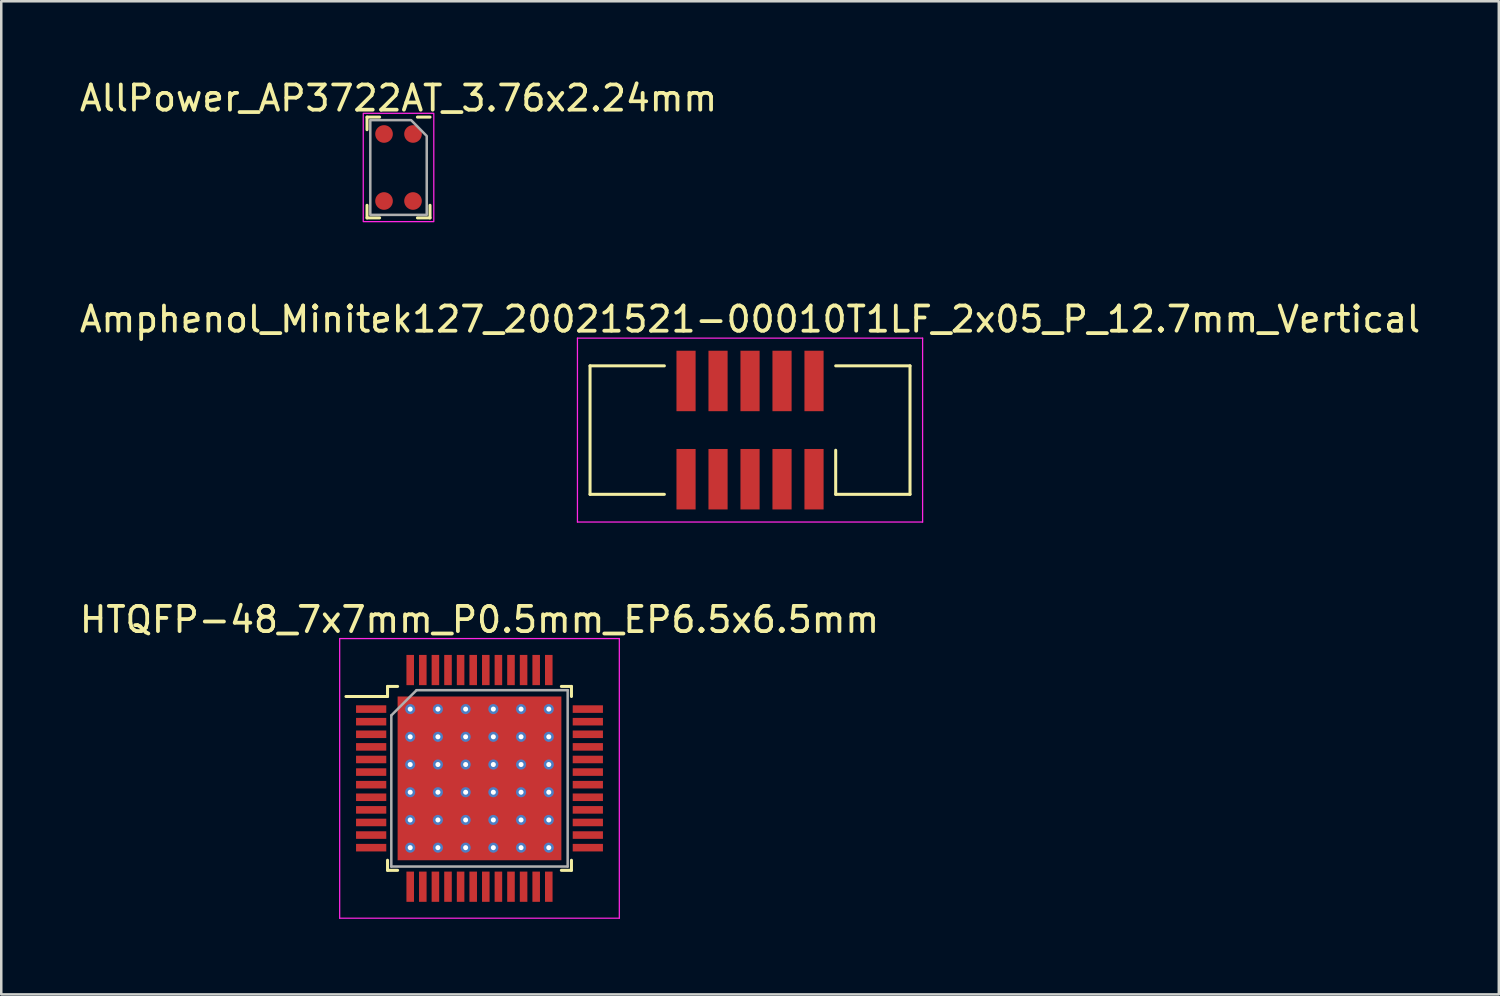
<source format=kicad_pcb>
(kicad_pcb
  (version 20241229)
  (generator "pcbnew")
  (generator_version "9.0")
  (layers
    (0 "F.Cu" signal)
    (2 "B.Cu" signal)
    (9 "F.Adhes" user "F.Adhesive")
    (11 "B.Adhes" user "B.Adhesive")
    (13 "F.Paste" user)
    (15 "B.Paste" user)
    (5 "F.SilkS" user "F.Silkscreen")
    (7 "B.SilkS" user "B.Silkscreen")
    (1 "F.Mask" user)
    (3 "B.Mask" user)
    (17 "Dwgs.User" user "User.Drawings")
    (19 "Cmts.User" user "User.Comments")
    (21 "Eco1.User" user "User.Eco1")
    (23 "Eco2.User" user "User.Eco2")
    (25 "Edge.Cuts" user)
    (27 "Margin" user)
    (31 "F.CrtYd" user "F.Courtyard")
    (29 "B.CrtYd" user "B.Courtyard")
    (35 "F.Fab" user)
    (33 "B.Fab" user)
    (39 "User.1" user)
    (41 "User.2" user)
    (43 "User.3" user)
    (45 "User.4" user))
  (footprint "HTQFP-48_7x7mm_P0.5mm_EP6.5x6.5mm"
    (layer "F.Cu")
    (at 15.982 27.845)
    (property "Reference" "HTQFP-48_7x7mm_P0.5mm_EP6.5x6.5mm" (at 0 -6.3 0) (layer "F.SilkS") (effects (font (size 1 1) (thickness 0.15))))
    (attr smd)
    (fp_line (start -3.65 -3.65) (end -3.65 -3.25) (stroke (width 0.12) (type solid)) (layer "F.SilkS"))
    (fp_line (start -3.65 -3.25) (end -5.3 -3.25) (stroke (width 0.12) (type solid)) (layer "F.SilkS"))
    (fp_line (start -3.65 3.65) (end -3.65 3.25) (stroke (width 0.12) (type solid)) (layer "F.SilkS"))
    (fp_line (start -3.25 -3.65) (end -3.65 -3.65) (stroke (width 0.12) (type solid)) (layer "F.SilkS"))
    (fp_line (start -3.25 3.65) (end -3.65 3.65) (stroke (width 0.12) (type solid)) (layer "F.SilkS"))
    (fp_line (start 3.25 -3.65) (end 3.65 -3.65) (stroke (width 0.12) (type solid)) (layer "F.SilkS"))
    (fp_line (start 3.25 3.65) (end 3.65 3.65) (stroke (width 0.12) (type solid)) (layer "F.SilkS"))
    (fp_line (start 3.65 -3.65) (end 3.65 -3.25) (stroke (width 0.12) (type solid)) (layer "F.SilkS"))
    (fp_line (start 3.65 3.65) (end 3.65 3.25) (stroke (width 0.12) (type solid)) (layer "F.SilkS"))
    (fp_line (start -5.55 -5.55) (end 5.55 -5.55) (stroke (width 0.05) (type solid)) (layer "F.CrtYd"))
    (fp_line (start -5.55 5.55) (end -5.55 -5.55) (stroke (width 0.05) (type solid)) (layer "F.CrtYd"))
    (fp_line (start 5.55 -5.55) (end 5.55 5.55) (stroke (width 0.05) (type solid)) (layer "F.CrtYd"))
    (fp_line (start 5.55 5.55) (end -5.55 5.55) (stroke (width 0.05) (type solid)) (layer "F.CrtYd"))
    (fp_line (start -3.5 -2.5) (end -3.5 3.5) (stroke (width 0.1) (type solid)) (layer "F.Fab"))
    (fp_line (start -3.5 3.5) (end 3.5 3.5) (stroke (width 0.1) (type solid)) (layer "F.Fab"))
    (fp_line (start -2.5 -3.5) (end -3.5 -2.5) (stroke (width 0.1) (type solid)) (layer "F.Fab"))
    (fp_line (start 3.5 -3.5) (end -2.5 -3.5) (stroke (width 0.1) (type solid)) (layer "F.Fab"))
    (fp_line (start 3.5 3.5) (end 3.5 -3.5) (stroke (width 0.1) (type solid)) (layer "F.Fab"))
    (pad "1" smd rect (at -4.3 -2.75 90) (size 0.3 1.2) (layers "F.Cu" "F.Mask" "F.Paste"))
    (pad "2" smd rect (at -4.3 -2.25 90) (size 0.3 1.2) (layers "F.Cu" "F.Mask" "F.Paste"))
    (pad "3" smd rect (at -4.3 -1.75 90) (size 0.3 1.2) (layers "F.Cu" "F.Mask" "F.Paste"))
    (pad "4" smd rect (at -4.3 -1.25 90) (size 0.3 1.2) (layers "F.Cu" "F.Mask" "F.Paste"))
    (pad "5" smd rect (at -4.3 -0.75 90) (size 0.3 1.2) (layers "F.Cu" "F.Mask" "F.Paste"))
    (pad "6" smd rect (at -4.3 -0.25 90) (size 0.3 1.2) (layers "F.Cu" "F.Mask" "F.Paste"))
    (pad "7" smd rect (at -4.3 0.25 90) (size 0.3 1.2) (layers "F.Cu" "F.Mask" "F.Paste"))
    (pad "8" smd rect (at -4.3 0.75 90) (size 0.3 1.2) (layers "F.Cu" "F.Mask" "F.Paste"))
    (pad "9" smd rect (at -4.3 1.25 90) (size 0.3 1.2) (layers "F.Cu" "F.Mask" "F.Paste"))
    (pad "10" smd rect (at -4.3 1.75 90) (size 0.3 1.2) (layers "F.Cu" "F.Mask" "F.Paste"))
    (pad "11" smd rect (at -4.3 2.25 90) (size 0.3 1.2) (layers "F.Cu" "F.Mask" "F.Paste"))
    (pad "12" smd rect (at -4.3 2.75 90) (size 0.3 1.2) (layers "F.Cu" "F.Mask" "F.Paste"))
    (pad "13" smd rect (at -2.75 4.3) (size 0.3 1.2) (layers "F.Cu" "F.Mask" "F.Paste"))
    (pad "14" smd rect (at -2.25 4.3) (size 0.3 1.2) (layers "F.Cu" "F.Mask" "F.Paste"))
    (pad "15" smd rect (at -1.75 4.3) (size 0.3 1.2) (layers "F.Cu" "F.Mask" "F.Paste"))
    (pad "16" smd rect (at -1.25 4.3) (size 0.3 1.2) (layers "F.Cu" "F.Mask" "F.Paste"))
    (pad "17" smd rect (at -0.75 4.3) (size 0.3 1.2) (layers "F.Cu" "F.Mask" "F.Paste"))
    (pad "18" smd rect (at -0.25 4.3) (size 0.3 1.2) (layers "F.Cu" "F.Mask" "F.Paste"))
    (pad "19" smd rect (at 0.25 4.3) (size 0.3 1.2) (layers "F.Cu" "F.Mask" "F.Paste"))
    (pad "20" smd rect (at 0.75 4.3) (size 0.3 1.2) (layers "F.Cu" "F.Mask" "F.Paste"))
    (pad "21" smd rect (at 1.25 4.3) (size 0.3 1.2) (layers "F.Cu" "F.Mask" "F.Paste"))
    (pad "22" smd rect (at 1.75 4.3) (size 0.3 1.2) (layers "F.Cu" "F.Mask" "F.Paste"))
    (pad "23" smd rect (at 2.25 4.3) (size 0.3 1.2) (layers "F.Cu" "F.Mask" "F.Paste"))
    (pad "24" smd rect (at 2.75 4.3) (size 0.3 1.2) (layers "F.Cu" "F.Mask" "F.Paste"))
    (pad "25" smd rect (at 4.3 2.75 90) (size 0.3 1.2) (layers "F.Cu" "F.Mask" "F.Paste"))
    (pad "26" smd rect (at 4.3 2.25 90) (size 0.3 1.2) (layers "F.Cu" "F.Mask" "F.Paste"))
    (pad "27" smd rect (at 4.3 1.75 90) (size 0.3 1.2) (layers "F.Cu" "F.Mask" "F.Paste"))
    (pad "28" smd rect (at 4.3 1.25 90) (size 0.3 1.2) (layers "F.Cu" "F.Mask" "F.Paste"))
    (pad "29" smd rect (at 4.3 0.75 90) (size 0.3 1.2) (layers "F.Cu" "F.Mask" "F.Paste"))
    (pad "30" smd rect (at 4.3 0.25 90) (size 0.3 1.2) (layers "F.Cu" "F.Mask" "F.Paste"))
    (pad "31" smd rect (at 4.3 -0.25 90) (size 0.3 1.2) (layers "F.Cu" "F.Mask" "F.Paste"))
    (pad "32" smd rect (at 4.3 -0.75 90) (size 0.3 1.2) (layers "F.Cu" "F.Mask" "F.Paste"))
    (pad "33" smd rect (at 4.3 -1.25 90) (size 0.3 1.2) (layers "F.Cu" "F.Mask" "F.Paste"))
    (pad "34" smd rect (at 4.3 -1.75 90) (size 0.3 1.2) (layers "F.Cu" "F.Mask" "F.Paste"))
    (pad "35" smd rect (at 4.3 -2.25 90) (size 0.3 1.2) (layers "F.Cu" "F.Mask" "F.Paste"))
    (pad "36" smd rect (at 4.3 -2.75 90) (size 0.3 1.2) (layers "F.Cu" "F.Mask" "F.Paste"))
    (pad "37" smd rect (at 2.75 -4.3) (size 0.3 1.2) (layers "F.Cu" "F.Mask" "F.Paste"))
    (pad "38" smd rect (at 2.25 -4.3) (size 0.3 1.2) (layers "F.Cu" "F.Mask" "F.Paste"))
    (pad "39" smd rect (at 1.75 -4.3) (size 0.3 1.2) (layers "F.Cu" "F.Mask" "F.Paste"))
    (pad "40" smd rect (at 1.25 -4.3) (size 0.3 1.2) (layers "F.Cu" "F.Mask" "F.Paste"))
    (pad "41" smd rect (at 0.75 -4.3) (size 0.3 1.2) (layers "F.Cu" "F.Mask" "F.Paste"))
    (pad "42" smd rect (at 0.25 -4.3) (size 0.3 1.2) (layers "F.Cu" "F.Mask" "F.Paste"))
    (pad "43" smd rect (at -0.25 -4.3) (size 0.3 1.2) (layers "F.Cu" "F.Mask" "F.Paste"))
    (pad "44" smd rect (at -0.75 -4.3) (size 0.3 1.2) (layers "F.Cu" "F.Mask" "F.Paste"))
    (pad "45" smd rect (at -1.25 -4.3) (size 0.3 1.2) (layers "F.Cu" "F.Mask" "F.Paste"))
    (pad "46" smd rect (at -1.75 -4.3) (size 0.3 1.2) (layers "F.Cu" "F.Mask" "F.Paste"))
    (pad "47" smd rect (at -2.25 -4.3) (size 0.3 1.2) (layers "F.Cu" "F.Mask" "F.Paste"))
    (pad "48" smd rect (at -2.75 -4.3) (size 0.3 1.2) (layers "F.Cu" "F.Mask" "F.Paste"))
    (pad "49" thru_hole circle (at -2.75 -2.75) (size 0.4 0.4) (drill 0.2) (layers "*.Cu" "*.Mask"))
    (pad "49" thru_hole circle (at -2.75 -1.65) (size 0.4 0.4) (drill 0.2) (layers "*.Cu" "*.Mask"))
    (pad "49" thru_hole circle (at -2.75 -0.55) (size 0.4 0.4) (drill 0.2) (layers "*.Cu" "*.Mask"))
    (pad "49" thru_hole circle (at -2.75 0.55) (size 0.4 0.4) (drill 0.2) (layers "*.Cu" "*.Mask"))
    (pad "49" thru_hole circle (at -2.75 1.65) (size 0.4 0.4) (drill 0.2) (layers "*.Cu" "*.Mask"))
    (pad "49" thru_hole circle (at -2.75 2.75) (size 0.4 0.4) (drill 0.2) (layers "*.Cu" "*.Mask"))
    (pad "49" thru_hole circle (at -1.65 -2.75) (size 0.4 0.4) (drill 0.2) (layers "*.Cu" "*.Mask"))
    (pad "49" thru_hole circle (at -1.65 -1.65) (size 0.4 0.4) (drill 0.2) (layers "*.Cu" "*.Mask"))
    (pad "49" thru_hole circle (at -1.65 -0.55) (size 0.4 0.4) (drill 0.2) (layers "*.Cu" "*.Mask"))
    (pad "49" thru_hole circle (at -1.65 0.55) (size 0.4 0.4) (drill 0.2) (layers "*.Cu" "*.Mask"))
    (pad "49" thru_hole circle (at -1.65 1.65) (size 0.4 0.4) (drill 0.2) (layers "*.Cu" "*.Mask"))
    (pad "49" thru_hole circle (at -1.65 2.75) (size 0.4 0.4) (drill 0.2) (layers "*.Cu" "*.Mask"))
    (pad "49" thru_hole circle (at -0.55 -2.75) (size 0.4 0.4) (drill 0.2) (layers "*.Cu" "*.Mask"))
    (pad "49" thru_hole circle (at -0.55 -1.65) (size 0.4 0.4) (drill 0.2) (layers "*.Cu" "*.Mask"))
    (pad "49" thru_hole circle (at -0.55 -0.55) (size 0.4 0.4) (drill 0.2) (layers "*.Cu" "*.Mask"))
    (pad "49" thru_hole circle (at -0.55 0.55) (size 0.4 0.4) (drill 0.2) (layers "*.Cu" "*.Mask"))
    (pad "49" thru_hole circle (at -0.55 1.65) (size 0.4 0.4) (drill 0.2) (layers "*.Cu" "*.Mask"))
    (pad "49" thru_hole circle (at -0.55 2.75) (size 0.4 0.4) (drill 0.2) (layers "*.Cu" "*.Mask"))
    (pad "49" smd rect (at 0 0) (size 6.5 6.5) (layers "F.Cu" "F.Mask" "F.Paste"))
    (pad "49" thru_hole circle (at 0.55 -2.75) (size 0.4 0.4) (drill 0.2) (layers "*.Cu" "*.Mask"))
    (pad "49" thru_hole circle (at 0.55 -1.65) (size 0.4 0.4) (drill 0.2) (layers "*.Cu" "*.Mask"))
    (pad "49" thru_hole circle (at 0.55 -0.55) (size 0.4 0.4) (drill 0.2) (layers "*.Cu" "*.Mask"))
    (pad "49" thru_hole circle (at 0.55 0.55) (size 0.4 0.4) (drill 0.2) (layers "*.Cu" "*.Mask"))
    (pad "49" thru_hole circle (at 0.55 1.65) (size 0.4 0.4) (drill 0.2) (layers "*.Cu" "*.Mask"))
    (pad "49" thru_hole circle (at 0.55 2.75) (size 0.4 0.4) (drill 0.2) (layers "*.Cu" "*.Mask"))
    (pad "49" thru_hole circle (at 1.65 -2.75) (size 0.4 0.4) (drill 0.2) (layers "*.Cu" "*.Mask"))
    (pad "49" thru_hole circle (at 1.65 -1.65) (size 0.4 0.4) (drill 0.2) (layers "*.Cu" "*.Mask"))
    (pad "49" thru_hole circle (at 1.65 -0.55) (size 0.4 0.4) (drill 0.2) (layers "*.Cu" "*.Mask"))
    (pad "49" thru_hole circle (at 1.65 0.55) (size 0.4 0.4) (drill 0.2) (layers "*.Cu" "*.Mask"))
    (pad "49" thru_hole circle (at 1.65 1.65) (size 0.4 0.4) (drill 0.2) (layers "*.Cu" "*.Mask"))
    (pad "49" thru_hole circle (at 1.65 2.75) (size 0.4 0.4) (drill 0.2) (layers "*.Cu" "*.Mask"))
    (pad "49" thru_hole circle (at 2.75 -2.75) (size 0.4 0.4) (drill 0.2) (layers "*.Cu" "*.Mask"))
    (pad "49" thru_hole circle (at 2.75 -1.65) (size 0.4 0.4) (drill 0.2) (layers "*.Cu" "*.Mask"))
    (pad "49" thru_hole circle (at 2.75 -0.55) (size 0.4 0.4) (drill 0.2) (layers "*.Cu" "*.Mask"))
    (pad "49" thru_hole circle (at 2.75 0.55) (size 0.4 0.4) (drill 0.2) (layers "*.Cu" "*.Mask"))
    (pad "49" thru_hole circle (at 2.75 1.65) (size 0.4 0.4) (drill 0.2) (layers "*.Cu" "*.Mask"))
    (pad "49" thru_hole circle (at 2.75 2.75) (size 0.4 0.4) (drill 0.2) (layers "*.Cu" "*.Mask")))
  (footprint "Amphenol_Minitek127_20021521-00010T1LF_2x05_P_12.7mm_Vertical"
    (layer "F.Cu")
    (at 26.72 14.021)
    (property "Reference" "Amphenol_Minitek127_20021521-00010T1LF_2x05_P_12.7mm_Vertical" (at 0 -4.4 0) (layer "F.SilkS") (effects (font (size 1 1) (thickness 0.15))))
    (attr smd)
    (fp_line (start -6.35 -2.55) (end -6.35 2.55) (stroke (width 0.12) (type solid)) (layer "F.SilkS"))
    (fp_line (start -6.35 -2.55) (end -3.4 -2.55) (stroke (width 0.12) (type solid)) (layer "F.SilkS"))
    (fp_line (start -6.35 2.55) (end -3.4 2.55) (stroke (width 0.12) (type solid)) (layer "F.SilkS"))
    (fp_line (start 3.4 2.55) (end 3.4 0.8) (stroke (width 0.12) (type solid)) (layer "F.SilkS"))
    (fp_line (start 6.35 -2.55) (end 3.4 -2.55) (stroke (width 0.12) (type solid)) (layer "F.SilkS"))
    (fp_line (start 6.35 -2.55) (end 6.35 2.55) (stroke (width 0.12) (type solid)) (layer "F.SilkS"))
    (fp_line (start 6.35 2.55) (end 3.4 2.55) (stroke (width 0.12) (type solid)) (layer "F.SilkS"))
    (fp_line (start -6.85 -3.65) (end 6.85 -3.65) (stroke (width 0.05) (type solid)) (layer "F.CrtYd"))
    (fp_line (start -6.85 3.65) (end -6.85 -3.65) (stroke (width 0.05) (type solid)) (layer "F.CrtYd"))
    (fp_line (start 6.85 -3.65) (end 6.85 3.65) (stroke (width 0.05) (type solid)) (layer "F.CrtYd"))
    (fp_line (start 6.85 3.65) (end -6.85 3.65) (stroke (width 0.05) (type solid)) (layer "F.CrtYd"))
    (pad "1" smd rect (at 2.54 1.95 180) (size 0.76 2.4) (layers "F.Cu" "F.Mask" "F.Paste"))
    (pad "2" smd rect (at 2.54 -1.95 180) (size 0.76 2.4) (layers "F.Cu" "F.Mask" "F.Paste"))
    (pad "3" smd rect (at 1.27 1.95 180) (size 0.76 2.4) (layers "F.Cu" "F.Mask" "F.Paste"))
    (pad "4" smd rect (at 1.27 -1.95 180) (size 0.76 2.4) (layers "F.Cu" "F.Mask" "F.Paste"))
    (pad "5" smd rect (at 0 1.95 180) (size 0.76 2.4) (layers "F.Cu" "F.Mask" "F.Paste"))
    (pad "6" smd rect (at 0 -1.95 180) (size 0.76 2.4) (layers "F.Cu" "F.Mask" "F.Paste"))
    (pad "7" smd rect (at -1.27 1.95 180) (size 0.76 2.4) (layers "F.Cu" "F.Mask" "F.Paste"))
    (pad "8" smd rect (at -1.27 -1.95 180) (size 0.76 2.4) (layers "F.Cu" "F.Mask" "F.Paste"))
    (pad "9" smd rect (at -2.54 1.95 180) (size 0.76 2.4) (layers "F.Cu" "F.Mask" "F.Paste"))
    (pad "10" smd rect (at -2.54 -1.95 180) (size 0.76 2.4) (layers "F.Cu" "F.Mask" "F.Paste")))
  (footprint "AllPower_AP3722AT_3.76x2.24mm"
    (layer "F.Cu")
    (at 12.768 3.598)
    (property "Reference" "AllPower_AP3722AT_3.76x2.24mm" (at 0 -2.75 0) (unlocked yes) (layer "F.SilkS") (effects (font (size 1 1) (thickness 0.15))))
    (fp_line (start -1.25 -2) (end -1.25 -1.5) (stroke (width 0.12) (type solid)) (layer "F.SilkS"))
    (fp_line (start -1.25 1.5) (end -1.25 2) (stroke (width 0.12) (type solid)) (layer "F.SilkS"))
    (fp_line (start -1.25 2) (end -0.75 2) (stroke (width 0.12) (type solid)) (layer "F.SilkS"))
    (fp_line (start -0.75 -2) (end -1.25 -2) (stroke (width 0.12) (type solid)) (layer "F.SilkS"))
    (fp_line (start 1.25 -2) (end 0.75 -2) (stroke (width 0.12) (type solid)) (layer "F.SilkS"))
    (fp_line (start 1.25 1.5) (end 1.25 2) (stroke (width 0.12) (type solid)) (layer "F.SilkS"))
    (fp_line (start 1.25 2) (end 0.75 2) (stroke (width 0.12) (type solid)) (layer "F.SilkS"))
    (fp_rect (start -1.4 -2.15) (end 1.4 2.15) (stroke (width 0.05) (type solid)) (fill no) (layer "F.CrtYd"))
    (fp_poly (pts (xy 1.12 -1.25) (xy 1.12 1.88) (xy -1.12 1.88) (xy -1.12 -1.88) (xy 0.5 -1.88)) (stroke (width 0.1) (type solid)) (fill no) (layer "F.Fab"))
    (pad "1" smd circle (at 0.575 -1.33) (size 0.7 0.7) (layers "F.Cu" "F.Mask" "F.Paste"))
    (pad "2" smd circle (at 0.575 1.33) (size 0.7 0.7) (layers "F.Cu" "F.Mask" "F.Paste"))
    (pad "3" smd circle (at -0.575 1.33) (size 0.7 0.7) (layers "F.Cu" "F.Mask" "F.Paste"))
    (pad "4" smd circle (at -0.575 -1.33) (size 0.7 0.7) (layers "F.Cu" "F.Mask" "F.Paste")))
  (gr_rect
    (start -3 -3)
    (end 56.44 36.42)
    (stroke (width 0.1) (type default))
    (fill no)
    (layer "Edge.Cuts")))
</source>
